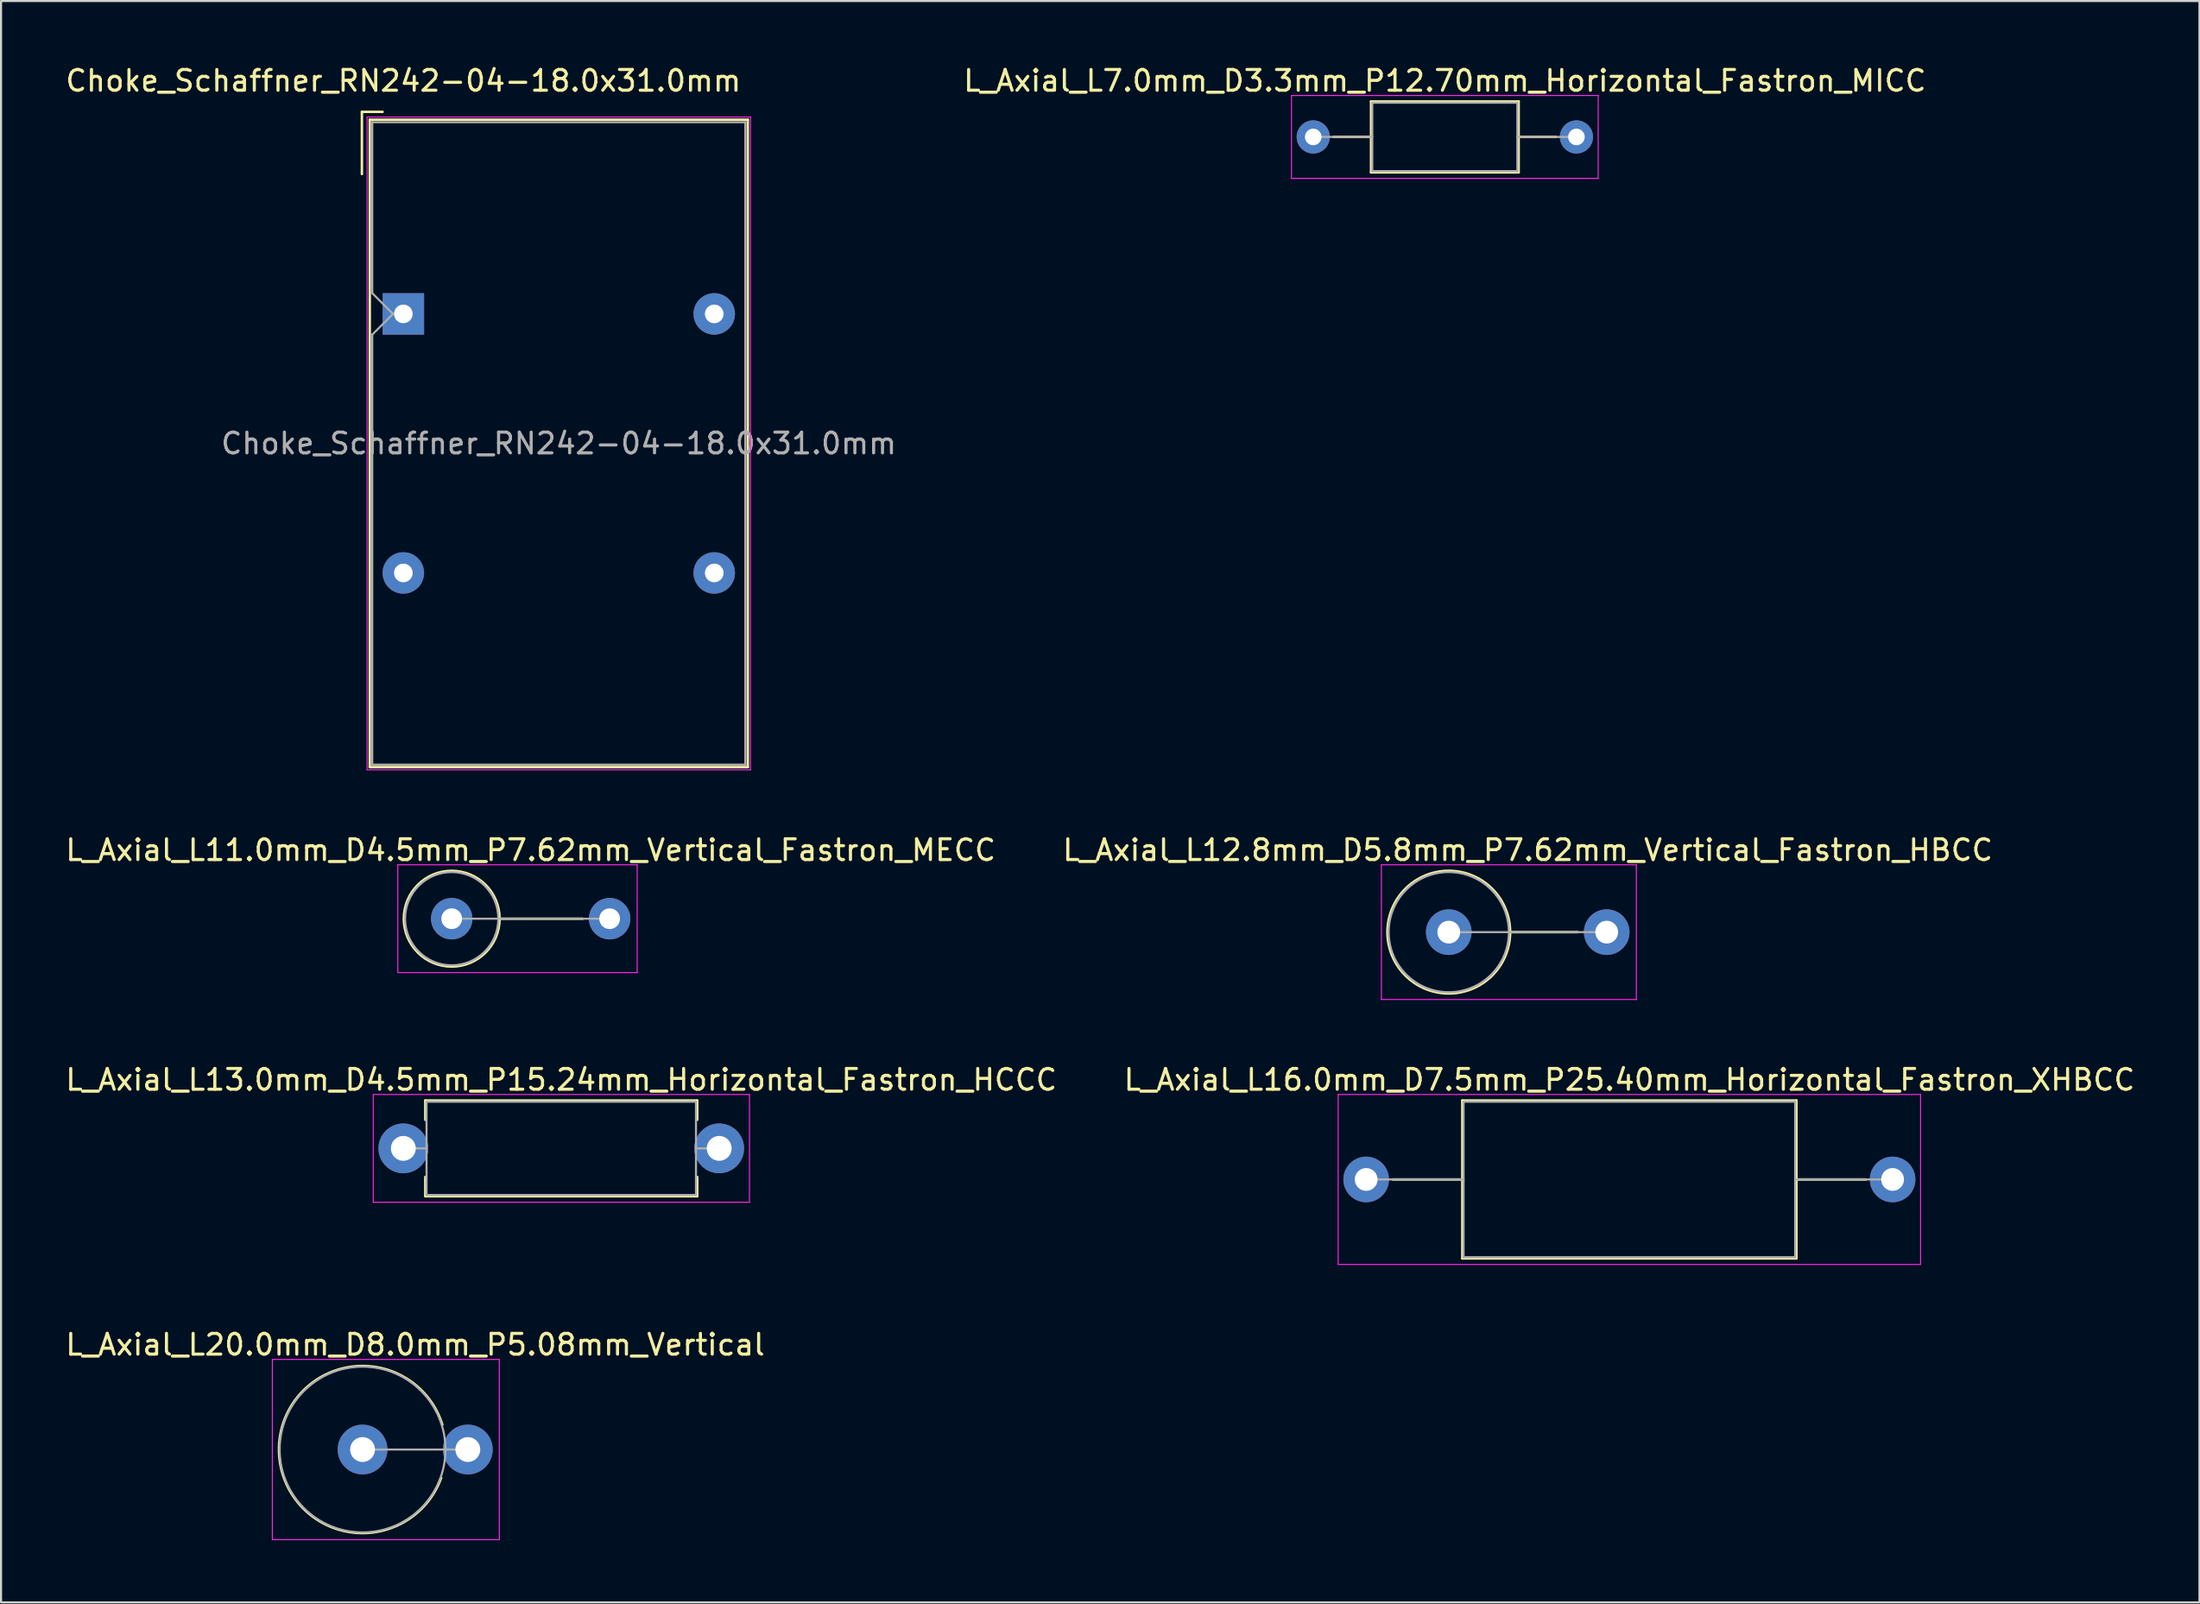
<source format=kicad_pcb>
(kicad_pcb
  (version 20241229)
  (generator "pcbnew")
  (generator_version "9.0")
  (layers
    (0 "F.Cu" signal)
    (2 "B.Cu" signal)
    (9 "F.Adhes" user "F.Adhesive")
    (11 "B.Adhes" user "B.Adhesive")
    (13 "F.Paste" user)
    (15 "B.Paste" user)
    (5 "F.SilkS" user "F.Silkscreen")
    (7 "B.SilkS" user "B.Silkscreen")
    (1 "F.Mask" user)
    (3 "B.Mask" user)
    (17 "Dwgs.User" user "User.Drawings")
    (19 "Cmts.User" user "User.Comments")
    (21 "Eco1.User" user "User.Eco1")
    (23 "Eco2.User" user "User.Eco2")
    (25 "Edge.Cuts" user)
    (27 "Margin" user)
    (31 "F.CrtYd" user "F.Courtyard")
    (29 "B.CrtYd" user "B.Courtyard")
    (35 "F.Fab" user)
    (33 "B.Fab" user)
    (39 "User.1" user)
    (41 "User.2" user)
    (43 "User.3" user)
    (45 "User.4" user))
  (footprint "L_Axial_L16.0mm_D7.5mm_P25.40mm_Horizontal_Fastron_XHBCC"
    (layer "F.Cu")
    (at 62.865 53.865)
    (property "Reference" "L_Axial_L16.0mm_D7.5mm_P25.40mm_Horizontal_Fastron_XHBCC" (at 12.7 -4.81 0) (layer "F.SilkS") (effects (font (size 1 1) (thickness 0.15))))
    (attr through_hole)
    (fp_line (start 1.28 0) (end 4.64 0) (stroke (width 0.12) (type solid)) (layer "F.SilkS"))
    (fp_line (start 4.64 -3.81) (end 4.64 3.81) (stroke (width 0.12) (type solid)) (layer "F.SilkS"))
    (fp_line (start 4.64 3.81) (end 20.76 3.81) (stroke (width 0.12) (type solid)) (layer "F.SilkS"))
    (fp_line (start 20.76 -3.81) (end 4.64 -3.81) (stroke (width 0.12) (type solid)) (layer "F.SilkS"))
    (fp_line (start 20.76 3.81) (end 20.76 -3.81) (stroke (width 0.12) (type solid)) (layer "F.SilkS"))
    (fp_line (start 24.12 0) (end 20.76 0) (stroke (width 0.12) (type solid)) (layer "F.SilkS"))
    (fp_line (start -1.35 -4.1) (end -1.35 4.1) (stroke (width 0.05) (type solid)) (layer "F.CrtYd"))
    (fp_line (start -1.35 4.1) (end 26.75 4.1) (stroke (width 0.05) (type solid)) (layer "F.CrtYd"))
    (fp_line (start 26.75 -4.1) (end -1.35 -4.1) (stroke (width 0.05) (type solid)) (layer "F.CrtYd"))
    (fp_line (start 26.75 4.1) (end 26.75 -4.1) (stroke (width 0.05) (type solid)) (layer "F.CrtYd"))
    (fp_line (start 0 0) (end 4.7 0) (stroke (width 0.1) (type solid)) (layer "F.Fab"))
    (fp_line (start 4.7 -3.75) (end 4.7 3.75) (stroke (width 0.1) (type solid)) (layer "F.Fab"))
    (fp_line (start 4.7 3.75) (end 20.7 3.75) (stroke (width 0.1) (type solid)) (layer "F.Fab"))
    (fp_line (start 20.7 -3.75) (end 4.7 -3.75) (stroke (width 0.1) (type solid)) (layer "F.Fab"))
    (fp_line (start 20.7 3.75) (end 20.7 -3.75) (stroke (width 0.1) (type solid)) (layer "F.Fab"))
    (fp_line (start 25.4 0) (end 20.7 0) (stroke (width 0.1) (type solid)) (layer "F.Fab"))
    (pad "1" thru_hole circle (at 0 0) (size 2.2 2.2) (drill 1.1) (layers "*.Cu" "*.Mask"))
    (pad "2" thru_hole oval (at 25.4 0) (size 2.2 2.2) (drill 1.1) (layers "*.Cu" "*.Mask")))
  (footprint "L_Axial_L12.8mm_D5.8mm_P7.62mm_Vertical_Fastron_HBCC"
    (layer "F.Cu")
    (at 66.851 41.931)
    (property "Reference" "L_Axial_L12.8mm_D5.8mm_P7.62mm_Vertical_Fastron_HBCC" (at 3.81 -3.96 0) (layer "F.SilkS") (effects (font (size 1 1) (thickness 0.15))))
    (attr through_hole)
    (fp_line (start 2.96 0) (end 6.22 0) (stroke (width 0.12) (type solid)) (layer "F.SilkS"))
    (fp_circle (center 0 0) (end 2.96 0) (stroke (width 0.12) (type solid)) (fill no) (layer "F.SilkS"))
    (fp_line (start -3.25 -3.25) (end -3.25 3.25) (stroke (width 0.05) (type solid)) (layer "F.CrtYd"))
    (fp_line (start -3.25 3.25) (end 9.05 3.25) (stroke (width 0.05) (type solid)) (layer "F.CrtYd"))
    (fp_line (start 9.05 -3.25) (end -3.25 -3.25) (stroke (width 0.05) (type solid)) (layer "F.CrtYd"))
    (fp_line (start 9.05 3.25) (end 9.05 -3.25) (stroke (width 0.05) (type solid)) (layer "F.CrtYd"))
    (fp_line (start 0 0) (end 7.62 0) (stroke (width 0.1) (type solid)) (layer "F.Fab"))
    (fp_circle (center 0 0) (end 2.9 0) (stroke (width 0.1) (type solid)) (fill no) (layer "F.Fab"))
    (pad "1" thru_hole circle (at 0 0) (size 2.2 2.2) (drill 1.1) (layers "*.Cu" "*.Mask"))
    (pad "2" thru_hole oval (at 7.62 0) (size 2.2 2.2) (drill 1.1) (layers "*.Cu" "*.Mask")))
  (footprint "L_Axial_L7.0mm_D3.3mm_P12.70mm_Horizontal_Fastron_MICC"
    (layer "F.Cu")
    (at 60.311 3.558)
    (property "Reference" "L_Axial_L7.0mm_D3.3mm_P12.70mm_Horizontal_Fastron_MICC" (at 6.35 -2.71 0) (layer "F.SilkS") (effects (font (size 1 1) (thickness 0.15))))
    (attr through_hole)
    (fp_line (start 0.98 0) (end 2.79 0) (stroke (width 0.12) (type solid)) (layer "F.SilkS"))
    (fp_line (start 2.79 -1.71) (end 2.79 1.71) (stroke (width 0.12) (type solid)) (layer "F.SilkS"))
    (fp_line (start 2.79 1.71) (end 9.91 1.71) (stroke (width 0.12) (type solid)) (layer "F.SilkS"))
    (fp_line (start 9.91 -1.71) (end 2.79 -1.71) (stroke (width 0.12) (type solid)) (layer "F.SilkS"))
    (fp_line (start 9.91 1.71) (end 9.91 -1.71) (stroke (width 0.12) (type solid)) (layer "F.SilkS"))
    (fp_line (start 11.72 0) (end 9.91 0) (stroke (width 0.12) (type solid)) (layer "F.SilkS"))
    (fp_line (start -1.05 -2) (end -1.05 2) (stroke (width 0.05) (type solid)) (layer "F.CrtYd"))
    (fp_line (start -1.05 2) (end 13.75 2) (stroke (width 0.05) (type solid)) (layer "F.CrtYd"))
    (fp_line (start 13.75 -2) (end -1.05 -2) (stroke (width 0.05) (type solid)) (layer "F.CrtYd"))
    (fp_line (start 13.75 2) (end 13.75 -2) (stroke (width 0.05) (type solid)) (layer "F.CrtYd"))
    (fp_line (start 0 0) (end 2.85 0) (stroke (width 0.1) (type solid)) (layer "F.Fab"))
    (fp_line (start 2.85 -1.65) (end 2.85 1.65) (stroke (width 0.1) (type solid)) (layer "F.Fab"))
    (fp_line (start 2.85 1.65) (end 9.85 1.65) (stroke (width 0.1) (type solid)) (layer "F.Fab"))
    (fp_line (start 9.85 -1.65) (end 2.85 -1.65) (stroke (width 0.1) (type solid)) (layer "F.Fab"))
    (fp_line (start 9.85 1.65) (end 9.85 -1.65) (stroke (width 0.1) (type solid)) (layer "F.Fab"))
    (fp_line (start 12.7 0) (end 9.85 0) (stroke (width 0.1) (type solid)) (layer "F.Fab"))
    (pad "1" thru_hole circle (at 0 0) (size 1.6 1.6) (drill 0.8) (layers "*.Cu" "*.Mask"))
    (pad "2" thru_hole oval (at 12.7 0) (size 1.6 1.6) (drill 0.8) (layers "*.Cu" "*.Mask")))
  (footprint "L_Axial_L11.0mm_D4.5mm_P7.62mm_Vertical_Fastron_MECC"
    (layer "F.Cu")
    (at 18.744 41.282)
    (property "Reference" "L_Axial_L11.0mm_D4.5mm_P7.62mm_Vertical_Fastron_MECC" (at 3.81 -3.31 0) (layer "F.SilkS") (effects (font (size 1 1) (thickness 0.15))))
    (attr through_hole)
    (fp_line (start 2.31 0) (end 6.32 0) (stroke (width 0.12) (type solid)) (layer "F.SilkS"))
    (fp_circle (center 0 0) (end 2.31 0) (stroke (width 0.12) (type solid)) (fill no) (layer "F.SilkS"))
    (fp_line (start -2.6 -2.6) (end -2.6 2.6) (stroke (width 0.05) (type solid)) (layer "F.CrtYd"))
    (fp_line (start -2.6 2.6) (end 8.95 2.6) (stroke (width 0.05) (type solid)) (layer "F.CrtYd"))
    (fp_line (start 8.95 -2.6) (end -2.6 -2.6) (stroke (width 0.05) (type solid)) (layer "F.CrtYd"))
    (fp_line (start 8.95 2.6) (end 8.95 -2.6) (stroke (width 0.05) (type solid)) (layer "F.CrtYd"))
    (fp_line (start 0 0) (end 7.62 0) (stroke (width 0.1) (type solid)) (layer "F.Fab"))
    (fp_circle (center 0 0) (end 2.25 0) (stroke (width 0.1) (type solid)) (fill no) (layer "F.Fab"))
    (pad "1" thru_hole circle (at 0 0) (size 2 2) (drill 1) (layers "*.Cu" "*.Mask"))
    (pad "2" thru_hole oval (at 7.62 0) (size 2 2) (drill 1) (layers "*.Cu" "*.Mask")))
  (footprint "Choke_Schaffner_RN242-04-18.0x31.0mm"
    (layer "F.Cu")
    (at 16.411 12.098)
    (property "Reference" "Choke_Schaffner_RN242-04-18.0x31.0mm" (at 0 -11.25 0) (layer "F.SilkS") (effects (font (size 1 1) (thickness 0.15))))
    (attr through_hole)
    (fp_line (start -2 -9.75) (end -2 -6.75) (stroke (width 0.12) (type solid)) (layer "F.SilkS"))
    (fp_line (start -2 -9.75) (end -1 -9.75) (stroke (width 0.12) (type solid)) (layer "F.SilkS"))
    (fp_line (start -1.62 -9.37) (end 16.62 -9.37) (stroke (width 0.12) (type solid)) (layer "F.SilkS"))
    (fp_line (start -1.62 21.87) (end -1.62 -9.37) (stroke (width 0.12) (type solid)) (layer "F.SilkS"))
    (fp_line (start 16.62 -9.37) (end 16.62 21.87) (stroke (width 0.12) (type solid)) (layer "F.SilkS"))
    (fp_line (start 16.62 21.87) (end -1.62 21.87) (stroke (width 0.12) (type solid)) (layer "F.SilkS"))
    (fp_line (start -1.75 -9.5) (end -1.75 22) (stroke (width 0.05) (type solid)) (layer "F.CrtYd"))
    (fp_line (start -1.75 22) (end 16.75 22) (stroke (width 0.05) (type solid)) (layer "F.CrtYd"))
    (fp_line (start 16.75 -9.5) (end -1.75 -9.5) (stroke (width 0.05) (type solid)) (layer "F.CrtYd"))
    (fp_line (start 16.75 22) (end 16.75 -9.5) (stroke (width 0.05) (type solid)) (layer "F.CrtYd"))
    (fp_line (start -1.5 -9.25) (end 16.5 -9.25) (stroke (width 0.1) (type solid)) (layer "F.Fab"))
    (fp_line (start -1.5 -1) (end -1.5 -9.25) (stroke (width 0.1) (type solid)) (layer "F.Fab"))
    (fp_line (start -1.5 1) (end -0.5 0) (stroke (width 0.1) (type solid)) (layer "F.Fab"))
    (fp_line (start -1.5 21.75) (end -1.5 1) (stroke (width 0.1) (type solid)) (layer "F.Fab"))
    (fp_line (start -0.5 0) (end -1.5 -1) (stroke (width 0.1) (type solid)) (layer "F.Fab"))
    (fp_line (start 16.5 -9.25) (end 16.5 21.75) (stroke (width 0.1) (type solid)) (layer "F.Fab"))
    (fp_line (start 16.5 21.75) (end -1.5 21.75) (stroke (width 0.1) (type solid)) (layer "F.Fab"))
    (fp_text user "${REFERENCE}" (at 7.5 6.25 0) (layer "F.Fab") (effects (font (size 1 1) (thickness 0.15))))
    (pad "1" thru_hole rect (at 0 0) (size 2 2) (drill 0.9) (layers "*.Cu" "*.Mask"))
    (pad "2" thru_hole circle (at 15 0) (size 2 2) (drill 0.9) (layers "*.Cu" "*.Mask"))
    (pad "3" thru_hole circle (at 0 12.5) (size 2 2) (drill 0.9) (layers "*.Cu" "*.Mask"))
    (pad "4" thru_hole circle (at 15 12.5) (size 2 2) (drill 0.9) (layers "*.Cu" "*.Mask")))
  (footprint "L_Axial_L13.0mm_D4.5mm_P15.24mm_Horizontal_Fastron_HCCC"
    (layer "F.Cu")
    (at 16.41 52.365)
    (property "Reference" "L_Axial_L13.0mm_D4.5mm_P15.24mm_Horizontal_Fastron_HCCC" (at 7.62 -3.31 0) (layer "F.SilkS") (effects (font (size 1 1) (thickness 0.15))))
    (attr through_hole)
    (fp_line (start 1.06 -2.31) (end 14.18 -2.31) (stroke (width 0.12) (type solid)) (layer "F.SilkS"))
    (fp_line (start 1.06 -1.38) (end 1.06 -2.31) (stroke (width 0.12) (type solid)) (layer "F.SilkS"))
    (fp_line (start 1.06 1.38) (end 1.06 2.31) (stroke (width 0.12) (type solid)) (layer "F.SilkS"))
    (fp_line (start 1.06 2.31) (end 14.18 2.31) (stroke (width 0.12) (type solid)) (layer "F.SilkS"))
    (fp_line (start 14.18 -2.31) (end 14.18 -1.38) (stroke (width 0.12) (type solid)) (layer "F.SilkS"))
    (fp_line (start 14.18 2.31) (end 14.18 1.38) (stroke (width 0.12) (type solid)) (layer "F.SilkS"))
    (fp_line (start -1.45 -2.6) (end -1.45 2.6) (stroke (width 0.05) (type solid)) (layer "F.CrtYd"))
    (fp_line (start -1.45 2.6) (end 16.7 2.6) (stroke (width 0.05) (type solid)) (layer "F.CrtYd"))
    (fp_line (start 16.7 -2.6) (end -1.45 -2.6) (stroke (width 0.05) (type solid)) (layer "F.CrtYd"))
    (fp_line (start 16.7 2.6) (end 16.7 -2.6) (stroke (width 0.05) (type solid)) (layer "F.CrtYd"))
    (fp_line (start 0 0) (end 1.12 0) (stroke (width 0.1) (type solid)) (layer "F.Fab"))
    (fp_line (start 1.12 -2.25) (end 1.12 2.25) (stroke (width 0.1) (type solid)) (layer "F.Fab"))
    (fp_line (start 1.12 2.25) (end 14.12 2.25) (stroke (width 0.1) (type solid)) (layer "F.Fab"))
    (fp_line (start 14.12 -2.25) (end 1.12 -2.25) (stroke (width 0.1) (type solid)) (layer "F.Fab"))
    (fp_line (start 14.12 2.25) (end 14.12 -2.25) (stroke (width 0.1) (type solid)) (layer "F.Fab"))
    (fp_line (start 15.24 0) (end 14.12 0) (stroke (width 0.1) (type solid)) (layer "F.Fab"))
    (pad "1" thru_hole circle (at 0 0) (size 2.4 2.4) (drill 1.2) (layers "*.Cu" "*.Mask"))
    (pad "2" thru_hole oval (at 15.24 0) (size 2.4 2.4) (drill 1.2) (layers "*.Cu" "*.Mask")))
  (footprint "L_Axial_L20.0mm_D8.0mm_P5.08mm_Vertical"
    (layer "F.Cu")
    (at 14.442 66.898)
    (property "Reference" "L_Axial_L20.0mm_D8.0mm_P5.08mm_Vertical" (at 2.54 -5.06 0) (layer "F.SilkS") (effects (font (size 1 1) (thickness 0.15))))
    (attr through_hole)
    (fp_arc (start 3.794237 1.365015) (mid -4.031368 -0.087029) (end 3.84961 -1.2) (stroke (width 0.12) (type solid)) (layer "F.SilkS"))
    (fp_line (start -4.35 -4.35) (end -4.35 4.35) (stroke (width 0.05) (type solid)) (layer "F.CrtYd"))
    (fp_line (start -4.35 4.35) (end 6.6 4.35) (stroke (width 0.05) (type solid)) (layer "F.CrtYd"))
    (fp_line (start 6.6 -4.35) (end -4.35 -4.35) (stroke (width 0.05) (type solid)) (layer "F.CrtYd"))
    (fp_line (start 6.6 4.35) (end 6.6 -4.35) (stroke (width 0.05) (type solid)) (layer "F.CrtYd"))
    (fp_line (start 0 0) (end 5.08 0) (stroke (width 0.1) (type solid)) (layer "F.Fab"))
    (fp_circle (center 0 0) (end 4 0) (stroke (width 0.1) (type solid)) (fill no) (layer "F.Fab"))
    (pad "1" thru_hole circle (at 0 0) (size 2.4 2.4) (drill 1.2) (layers "*.Cu" "*.Mask"))
    (pad "2" thru_hole oval (at 5.08 0) (size 2.4 2.4) (drill 1.2) (layers "*.Cu" "*.Mask")))
  (gr_rect
    (start -3 -3)
    (end 103.071 74.273)
    (stroke (width 0.1) (type default))
    (fill no)
    (layer "Edge.Cuts")))
</source>
